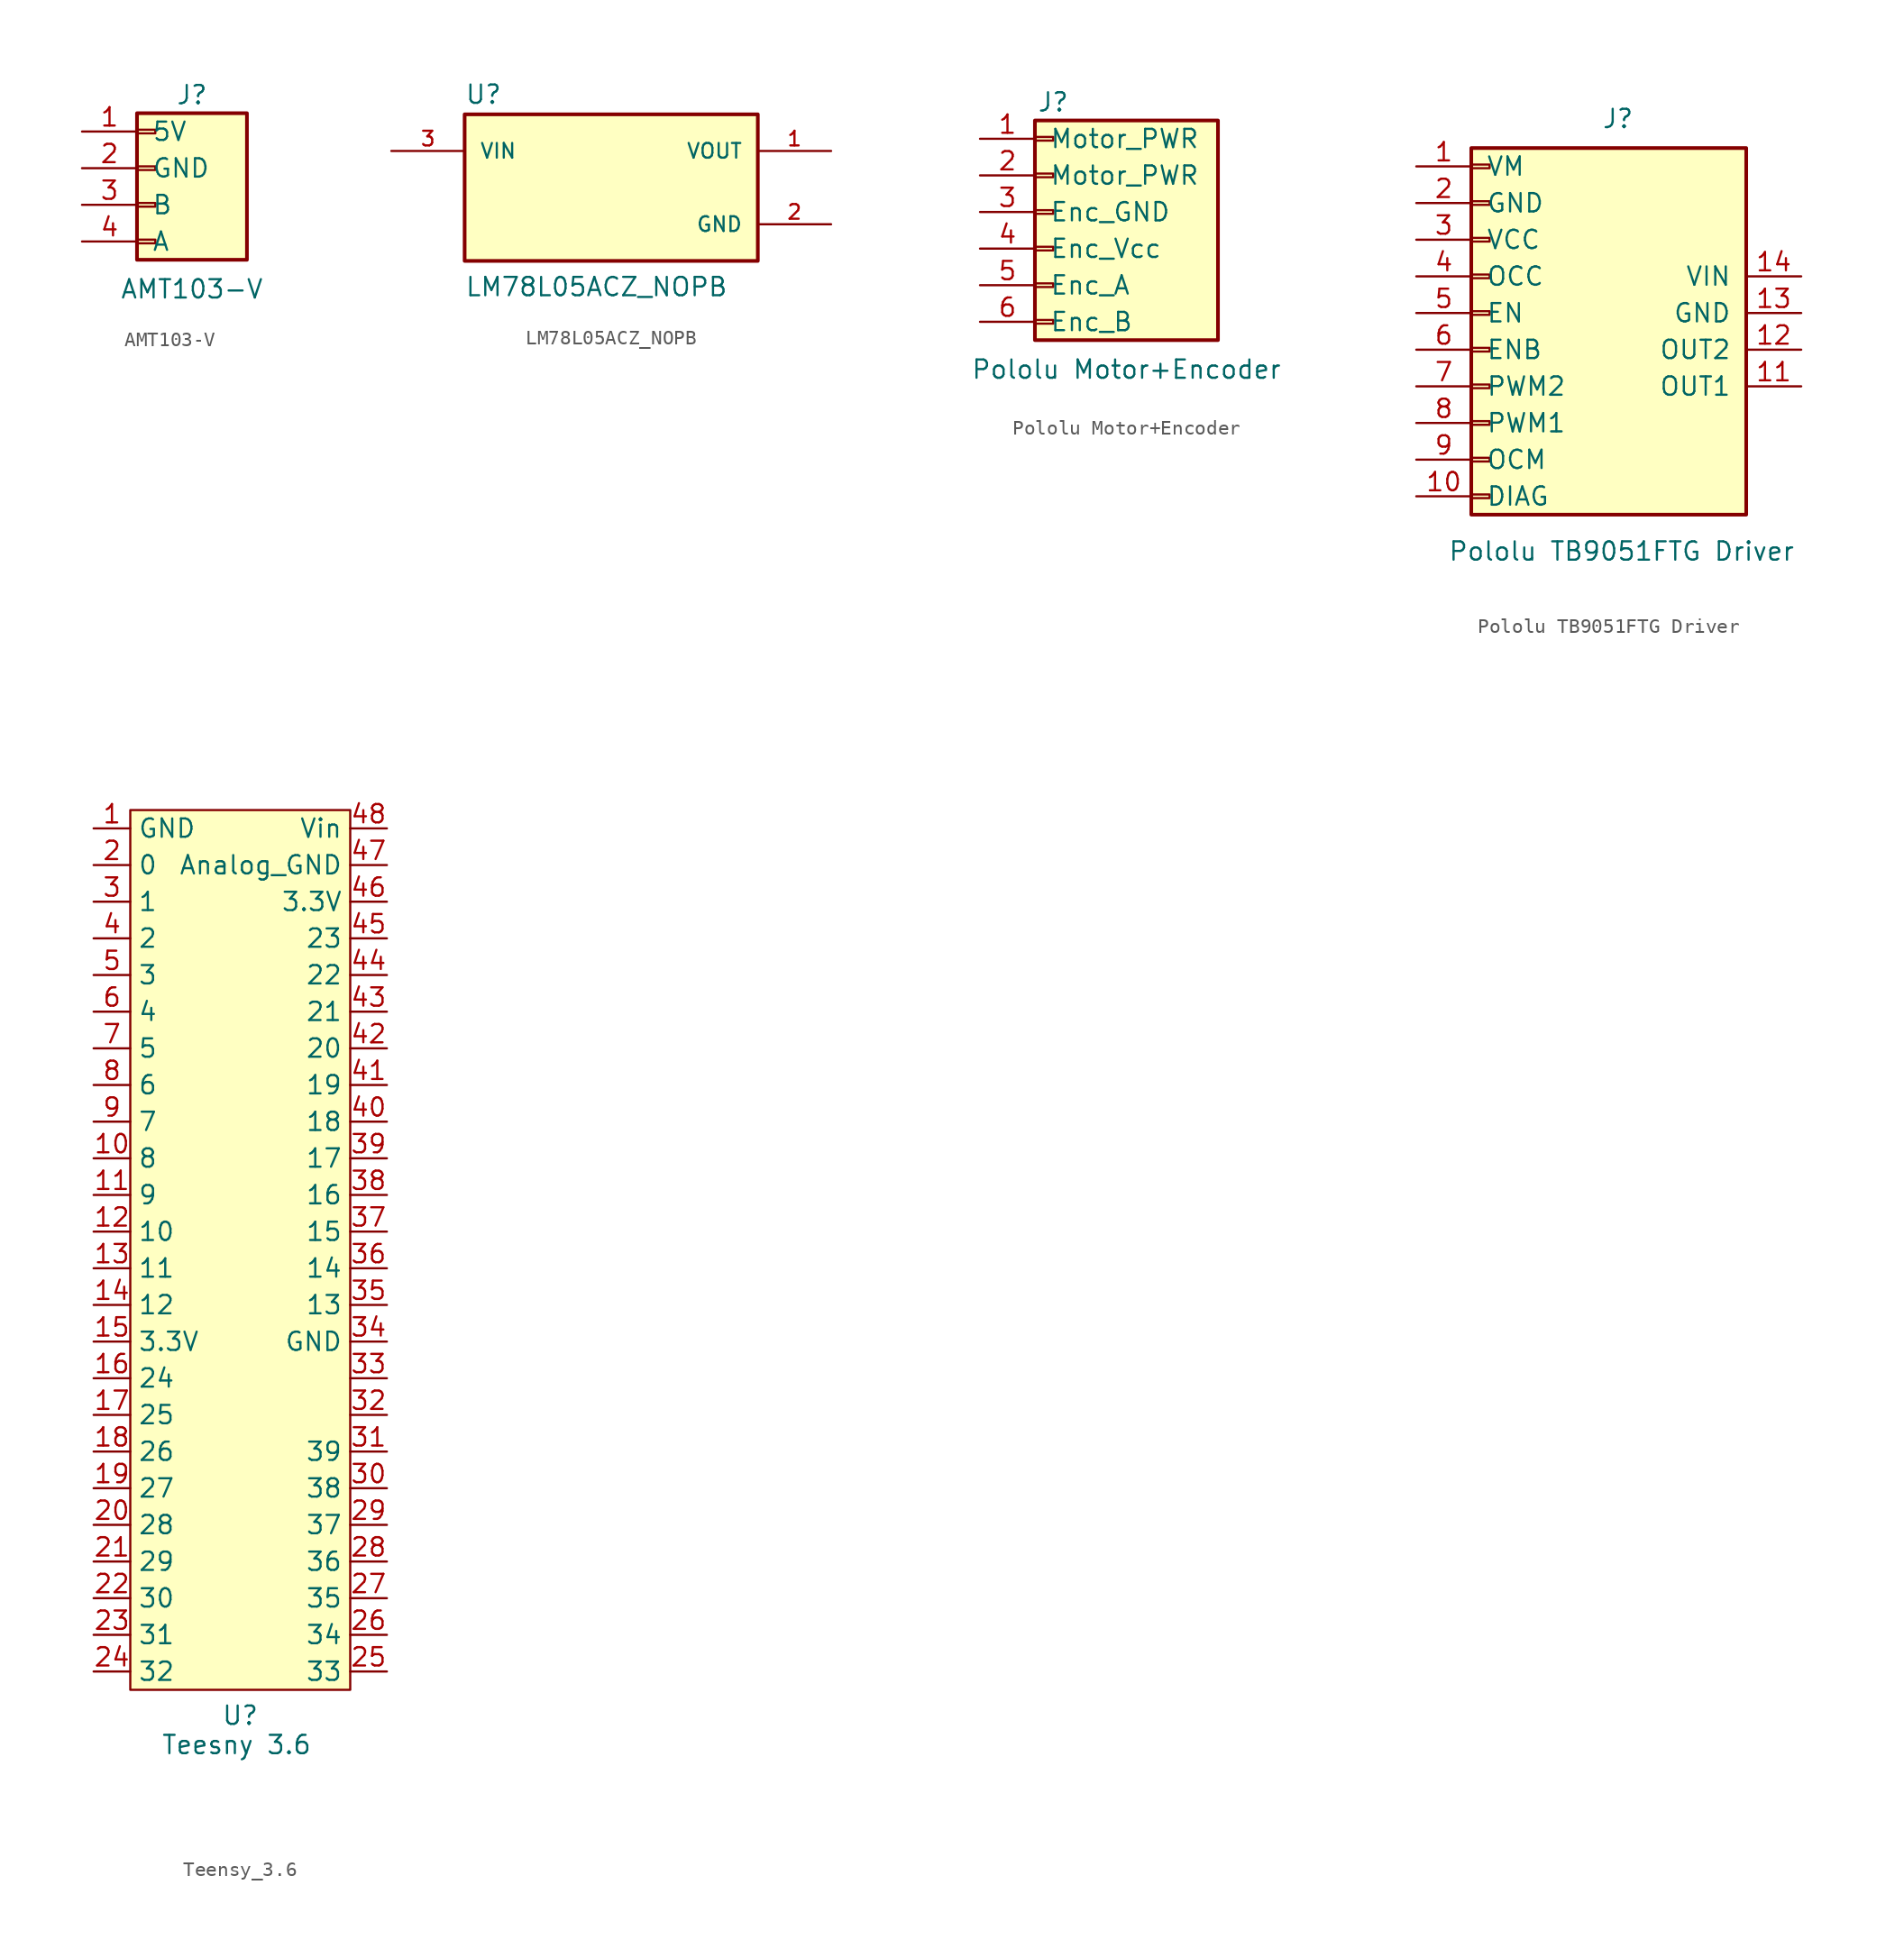
<source format=kicad_sym>
(kicad_symbol_lib
  (version 20241209)
  (generator "kicad_symbol_editor")
  (generator_version "9.0")
  (symbol "AMT103-V"
    (pin_names
      (offset 1.016))
    (property "Reference" "J"
      (at 0 6.35 0)
      (effects (font (size 1.27 1.27))))
    (property "Value" "AMT103-V"
      (at 0 -7.112 0)
      (effects (font (size 1.27 1.27))))
    (symbol "AMT103-V_1_1"
      (rectangle (start -3.81 5.08) (end 3.81 -5.08) (stroke (width 0.254) (type default)) (fill (type background)))
      (rectangle (start -3.81 3.937) (end -2.54 3.683) (stroke (width 0.152) (type default)) (fill (type none)))
      (rectangle (start -3.81 1.397) (end -2.54 1.143) (stroke (width 0.152) (type default)) (fill (type none)))
      (rectangle (start -3.81 -1.143) (end -2.54 -1.397) (stroke (width 0.152) (type default)) (fill (type none)))
      (rectangle (start -3.81 -3.683) (end -2.54 -3.937) (stroke (width 0.152) (type default)) (fill (type none)))
      (pin power_in line (at -7.62 3.81 0) (length 3.81) (name "5V" (effects (font (size 1.27 1.27)))) (number "1" (effects (font (size 1.27 1.27)))))
      (pin power_in line (at -7.62 1.27 0) (length 3.81) (name "GND" (effects (font (size 1.27 1.27)))) (number "2" (effects (font (size 1.27 1.27)))))
      (pin output line (at -7.62 -1.27 0) (length 3.81) (name "B" (effects (font (size 1.27 1.27)))) (number "3" (effects (font (size 1.27 1.27)))))
      (pin output line (at -7.62 -3.81 0) (length 3.81) (name "A" (effects (font (size 1.27 1.27)))) (number "4" (effects (font (size 1.27 1.27)))))))
  (symbol "LM78L05ACZ_NOPB"
    (pin_names
      (offset 1.016))
    (property "Reference" "U"
      (at -10.16 5.715 0)
      (effects (font (size 1.27 1.27)) (justify left bottom)))
    (property "Value" "LM78L05ACZ_NOPB"
      (at -10.16 -7.62 0)
      (effects (font (size 1.27 1.27)) (justify left bottom)))
    (symbol "LM78L05ACZ_NOPB_0_0"
      (rectangle (start -10.16 -5.08) (end 10.16 5.08) (stroke (width 0.254) (type default)) (fill (type background)))
      (pin input line (at -15.24 2.54 0) (length 5.08) (name "VIN" (effects (font (size 1.016 1.016)))) (number "3" (effects (font (size 1.016 1.016)))))
      (pin output line (at 15.24 2.54 180) (length 5.08) (name "VOUT" (effects (font (size 1.016 1.016)))) (number "1" (effects (font (size 1.016 1.016)))))
      (pin power_in line (at 15.24 -2.54 180) (length 5.08) (name "GND" (effects (font (size 1.016 1.016)))) (number "2" (effects (font (size 1.016 1.016)))))))
  (symbol "Pololu Motor+Encoder"
    (pin_names
      (offset 1.016))
    (property "Reference" "J"
      (at 0 7.62 0)
      (effects (font (size 1.27 1.27))))
    (property "Value" "Pololu Motor+Encoder"
      (at 5.08 -10.922 0)
      (effects (font (size 1.27 1.27))))
    (symbol "Pololu Motor+Encoder_1_1"
      (rectangle (start -1.27 6.35) (end 11.43 -8.89) (stroke (width 0.254) (type default)) (fill (type background)))
      (rectangle (start -1.27 5.207) (end 0 4.953) (stroke (width 0.152) (type default)) (fill (type none)))
      (rectangle (start -1.27 2.667) (end 0 2.413) (stroke (width 0.152) (type default)) (fill (type none)))
      (rectangle (start -1.27 0.127) (end 0 -0.127) (stroke (width 0.152) (type default)) (fill (type none)))
      (rectangle (start -1.27 -2.413) (end 0 -2.667) (stroke (width 0.152) (type default)) (fill (type none)))
      (rectangle (start -1.27 -4.953) (end 0 -5.207) (stroke (width 0.152) (type default)) (fill (type none)))
      (rectangle (start -1.27 -7.493) (end 0 -7.747) (stroke (width 0.152) (type default)) (fill (type none)))
      (pin power_in line (at -5.08 5.08 0) (length 3.81) (name "Motor_PWR" (effects (font (size 1.27 1.27)))) (number "1" (effects (font (size 1.27 1.27)))))
      (pin power_in line (at -5.08 2.54 0) (length 3.81) (name "Motor_PWR" (effects (font (size 1.27 1.27)))) (number "2" (effects (font (size 1.27 1.27)))))
      (pin power_in line (at -5.08 0 0) (length 3.81) (name "Enc_GND" (effects (font (size 1.27 1.27)))) (number "3" (effects (font (size 1.27 1.27)))))
      (pin power_in line (at -5.08 -2.54 0) (length 3.81) (name "Enc_Vcc" (effects (font (size 1.27 1.27)))) (number "4" (effects (font (size 1.27 1.27)))))
      (pin output line (at -5.08 -5.08 0) (length 3.81) (name "Enc_A" (effects (font (size 1.27 1.27)))) (number "5" (effects (font (size 1.27 1.27)))))
      (pin output line (at -5.08 -7.62 0) (length 3.81) (name "Enc_B" (effects (font (size 1.27 1.27)))) (number "6" (effects (font (size 1.27 1.27)))))))
  (symbol "Pololu TB9051FTG Driver"
    (pin_names
      (offset 1.016))
    (property "Reference" "J"
      (at 0 14.732 0)
      (effects (font (size 1.27 1.27))))
    (property "Value" "Pololu TB9051FTG Driver"
      (at 0.254 -15.24 0)
      (effects (font (size 1.27 1.27))))
    (symbol "Pololu TB9051FTG Driver_1_1"
      (rectangle (start -10.16 12.7) (end 8.89 -12.7) (stroke (width 0.254) (type default)) (fill (type background)))
      (rectangle (start -10.16 11.557) (end -8.89 11.303) (stroke (width 0.152) (type default)) (fill (type none)))
      (rectangle (start -10.16 9.017) (end -8.89 8.763) (stroke (width 0.152) (type default)) (fill (type none)))
      (rectangle (start -10.16 6.477) (end -8.89 6.223) (stroke (width 0.152) (type default)) (fill (type none)))
      (rectangle (start -10.16 3.937) (end -8.89 3.683) (stroke (width 0.152) (type default)) (fill (type none)))
      (rectangle (start -10.16 1.397) (end -8.89 1.143) (stroke (width 0.152) (type default)) (fill (type none)))
      (rectangle (start -10.16 -1.143) (end -8.89 -1.397) (stroke (width 0.152) (type default)) (fill (type none)))
      (rectangle (start -10.16 -3.683) (end -8.89 -3.937) (stroke (width 0.152) (type default)) (fill (type none)))
      (rectangle (start -10.16 -6.223) (end -8.89 -6.477) (stroke (width 0.152) (type default)) (fill (type none)))
      (rectangle (start -10.16 -8.763) (end -8.89 -9.017) (stroke (width 0.152) (type default)) (fill (type none)))
      (rectangle (start -10.16 -11.303) (end -8.89 -11.557) (stroke (width 0.152) (type default)) (fill (type none)))
      (pin output line (at -13.97 11.43 0) (length 3.81) (name "VM" (effects (font (size 1.27 1.27)))) (number "1" (effects (font (size 1.27 1.27)))))
      (pin power_in line (at -13.97 8.89 0) (length 3.81) (name "GND" (effects (font (size 1.27 1.27)))) (number "2" (effects (font (size 1.27 1.27)))))
      (pin power_in line (at -13.97 6.35 0) (length 3.81) (name "VCC" (effects (font (size 1.27 1.27)))) (number "3" (effects (font (size 1.27 1.27)))))
      (pin input line (at -13.97 3.81 0) (length 3.81) (name "OCC" (effects (font (size 1.27 1.27)))) (number "4" (effects (font (size 1.27 1.27)))))
      (pin input line (at -13.97 1.27 0) (length 3.81) (name "EN" (effects (font (size 1.27 1.27)))) (number "5" (effects (font (size 1.27 1.27)))))
      (pin input line (at -13.97 -1.27 0) (length 3.81) (name "ENB" (effects (font (size 1.27 1.27)))) (number "6" (effects (font (size 1.27 1.27)))))
      (pin input line (at -13.97 -3.81 0) (length 3.81) (name "PWM2" (effects (font (size 1.27 1.27)))) (number "7" (effects (font (size 1.27 1.27)))))
      (pin input line (at -13.97 -6.35 0) (length 3.81) (name "PWM1" (effects (font (size 1.27 1.27)))) (number "8" (effects (font (size 1.27 1.27)))))
      (pin output line (at -13.97 -8.89 0) (length 3.81) (name "OCM" (effects (font (size 1.27 1.27)))) (number "9" (effects (font (size 1.27 1.27)))))
      (pin output line (at -13.97 -11.43 0) (length 3.81) (name "DIAG" (effects (font (size 1.27 1.27)))) (number "10" (effects (font (size 1.27 1.27)))))
      (pin power_in line (at 12.7 3.81 180) (length 3.81) (name "VIN" (effects (font (size 1.27 1.27)))) (number "14" (effects (font (size 1.27 1.27)))))
      (pin power_in line (at 12.7 1.27 180) (length 3.81) (name "GND" (effects (font (size 1.27 1.27)))) (number "13" (effects (font (size 1.27 1.27)))))
      (pin power_out line (at 12.7 -1.27 180) (length 3.81) (name "OUT2" (effects (font (size 1.27 1.27)))) (number "12" (effects (font (size 1.27 1.27)))))
      (pin power_out line (at 12.7 -3.81 180) (length 3.81) (name "OUT1" (effects (font (size 1.27 1.27)))) (number "11" (effects (font (size 1.27 1.27)))))))
  (symbol "Teensy_3.6"
    (property "Reference" "U"
      (at 0 -41.148 0)
      (effects (font (size 1.27 1.27))))
    (property "Value" "Teesny 3.6"
      (at -0.254 -43.18 0)
      (effects (font (size 1.27 1.27))))
    (symbol "Teensy_3.6_0_1"
      (rectangle (start -7.62 21.59) (end 7.62 -39.37) (stroke (width 0) (type default)) (fill (type color) (color 255 255 194 1))))
    (symbol "Teensy_3.6_1_1"
      (pin power_in line (at -10.16 20.32 0) (length 2.54) (name "GND" (effects (font (size 1.27 1.27)))) (number "1" (effects (font (size 1.27 1.27)))))
      (pin bidirectional line (at -10.16 17.78 0) (length 2.54) (name "0" (effects (font (size 1.27 1.27)))) (number "2" (effects (font (size 1.27 1.27)))))
      (pin bidirectional line (at -10.16 15.24 0) (length 2.54) (name "1" (effects (font (size 1.27 1.27)))) (number "3" (effects (font (size 1.27 1.27)))))
      (pin bidirectional line (at -10.16 12.7 0) (length 2.54) (name "2" (effects (font (size 1.27 1.27)))) (number "4" (effects (font (size 1.27 1.27)))))
      (pin bidirectional line (at -10.16 10.16 0) (length 2.54) (name "3" (effects (font (size 1.27 1.27)))) (number "5" (effects (font (size 1.27 1.27)))))
      (pin bidirectional line (at -10.16 7.62 0) (length 2.54) (name "4" (effects (font (size 1.27 1.27)))) (number "6" (effects (font (size 1.27 1.27)))))
      (pin bidirectional line (at -10.16 5.08 0) (length 2.54) (name "5" (effects (font (size 1.27 1.27)))) (number "7" (effects (font (size 1.27 1.27)))))
      (pin bidirectional line (at -10.16 2.54 0) (length 2.54) (name "6" (effects (font (size 1.27 1.27)))) (number "8" (effects (font (size 1.27 1.27)))))
      (pin bidirectional line (at -10.16 0 0) (length 2.54) (name "7" (effects (font (size 1.27 1.27)))) (number "9" (effects (font (size 1.27 1.27)))))
      (pin bidirectional line (at -10.16 -2.54 0) (length 2.54) (name "8" (effects (font (size 1.27 1.27)))) (number "10" (effects (font (size 1.27 1.27)))))
      (pin bidirectional line (at -10.16 -5.08 0) (length 2.54) (name "9" (effects (font (size 1.27 1.27)))) (number "11" (effects (font (size 1.27 1.27)))))
      (pin bidirectional line (at -10.16 -7.62 0) (length 2.54) (name "10" (effects (font (size 1.27 1.27)))) (number "12" (effects (font (size 1.27 1.27)))))
      (pin bidirectional line (at -10.16 -10.16 0) (length 2.54) (name "11" (effects (font (size 1.27 1.27)))) (number "13" (effects (font (size 1.27 1.27)))))
      (pin bidirectional line (at -10.16 -12.7 0) (length 2.54) (name "12" (effects (font (size 1.27 1.27)))) (number "14" (effects (font (size 1.27 1.27)))))
      (pin power_out line (at -10.16 -15.24 0) (length 2.54) (name "3.3V" (effects (font (size 1.27 1.27)))) (number "15" (effects (font (size 1.27 1.27)))))
      (pin bidirectional line (at -10.16 -17.78 0) (length 2.54) (name "24" (effects (font (size 1.27 1.27)))) (number "16" (effects (font (size 1.27 1.27)))))
      (pin bidirectional line (at -10.16 -20.32 0) (length 2.54) (name "25" (effects (font (size 1.27 1.27)))) (number "17" (effects (font (size 1.27 1.27)))))
      (pin bidirectional line (at -10.16 -22.86 0) (length 2.54) (name "26" (effects (font (size 1.27 1.27)))) (number "18" (effects (font (size 1.27 1.27)))))
      (pin bidirectional line (at -10.16 -25.4 0) (length 2.54) (name "27" (effects (font (size 1.27 1.27)))) (number "19" (effects (font (size 1.27 1.27)))))
      (pin bidirectional line (at -10.16 -27.94 0) (length 2.54) (name "28" (effects (font (size 1.27 1.27)))) (number "20" (effects (font (size 1.27 1.27)))))
      (pin bidirectional line (at -10.16 -30.48 0) (length 2.54) (name "29" (effects (font (size 1.27 1.27)))) (number "21" (effects (font (size 1.27 1.27)))))
      (pin bidirectional line (at -10.16 -33.02 0) (length 2.54) (name "30" (effects (font (size 1.27 1.27)))) (number "22" (effects (font (size 1.27 1.27)))))
      (pin bidirectional line (at -10.16 -35.56 0) (length 2.54) (name "31" (effects (font (size 1.27 1.27)))) (number "23" (effects (font (size 1.27 1.27)))))
      (pin bidirectional line (at -10.16 -38.1 0) (length 2.54) (name "32" (effects (font (size 1.27 1.27)))) (number "24" (effects (font (size 1.27 1.27)))))
      (pin power_in line (at 10.16 20.32 180) (length 2.54) (name "Vin" (effects (font (size 1.27 1.27)))) (number "48" (effects (font (size 1.27 1.27)))))
      (pin power_out line (at 10.16 17.78 180) (length 2.54) (name "Analog_GND" (effects (font (size 1.27 1.27)))) (number "47" (effects (font (size 1.27 1.27)))))
      (pin power_out line (at 10.16 15.24 180) (length 2.54) (name "3.3V" (effects (font (size 1.27 1.27)))) (number "46" (effects (font (size 1.27 1.27)))))
      (pin bidirectional line (at 10.16 12.7 180) (length 2.54) (name "23" (effects (font (size 1.27 1.27)))) (number "45" (effects (font (size 1.27 1.27)))))
      (pin bidirectional line (at 10.16 10.16 180) (length 2.54) (name "22" (effects (font (size 1.27 1.27)))) (number "44" (effects (font (size 1.27 1.27)))))
      (pin bidirectional line (at 10.16 7.62 180) (length 2.54) (name "21" (effects (font (size 1.27 1.27)))) (number "43" (effects (font (size 1.27 1.27)))))
      (pin bidirectional line (at 10.16 5.08 180) (length 2.54) (name "20" (effects (font (size 1.27 1.27)))) (number "42" (effects (font (size 1.27 1.27)))))
      (pin bidirectional line (at 10.16 2.54 180) (length 2.54) (name "19" (effects (font (size 1.27 1.27)))) (number "41" (effects (font (size 1.27 1.27)))))
      (pin bidirectional line (at 10.16 0 180) (length 2.54) (name "18" (effects (font (size 1.27 1.27)))) (number "40" (effects (font (size 1.27 1.27)))))
      (pin bidirectional line (at 10.16 -2.54 180) (length 2.54) (name "17" (effects (font (size 1.27 1.27)))) (number "39" (effects (font (size 1.27 1.27)))))
      (pin bidirectional line (at 10.16 -5.08 180) (length 2.54) (name "16" (effects (font (size 1.27 1.27)))) (number "38" (effects (font (size 1.27 1.27)))))
      (pin bidirectional line (at 10.16 -7.62 180) (length 2.54) (name "15" (effects (font (size 1.27 1.27)))) (number "37" (effects (font (size 1.27 1.27)))))
      (pin bidirectional line (at 10.16 -10.16 180) (length 2.54) (name "14" (effects (font (size 1.27 1.27)))) (number "36" (effects (font (size 1.27 1.27)))))
      (pin bidirectional line (at 10.16 -12.7 180) (length 2.54) (name "13" (effects (font (size 1.27 1.27)))) (number "35" (effects (font (size 1.27 1.27)))))
      (pin power_in line (at 10.16 -15.24 180) (length 2.54) (name "GND" (effects (font (size 1.27 1.27)))) (number "34" (effects (font (size 1.27 1.27)))))
      (pin bidirectional line (at 10.16 -17.78 180) (length 2.54) (name "" (effects (font (size 1.27 1.27)))) (number "33" (effects (font (size 1.27 1.27)))))
      (pin bidirectional line (at 10.16 -20.32 180) (length 2.54) (name "" (effects (font (size 1.27 1.27)))) (number "32" (effects (font (size 1.27 1.27)))))
      (pin bidirectional line (at 10.16 -22.86 180) (length 2.54) (name "39" (effects (font (size 1.27 1.27)))) (number "31" (effects (font (size 1.27 1.27)))))
      (pin bidirectional line (at 10.16 -25.4 180) (length 2.54) (name "38" (effects (font (size 1.27 1.27)))) (number "30" (effects (font (size 1.27 1.27)))))
      (pin bidirectional line (at 10.16 -27.94 180) (length 2.54) (name "37" (effects (font (size 1.27 1.27)))) (number "29" (effects (font (size 1.27 1.27)))))
      (pin bidirectional line (at 10.16 -30.48 180) (length 2.54) (name "36" (effects (font (size 1.27 1.27)))) (number "28" (effects (font (size 1.27 1.27)))))
      (pin bidirectional line (at 10.16 -33.02 180) (length 2.54) (name "35" (effects (font (size 1.27 1.27)))) (number "27" (effects (font (size 1.27 1.27)))))
      (pin bidirectional line (at 10.16 -35.56 180) (length 2.54) (name "34" (effects (font (size 1.27 1.27)))) (number "26" (effects (font (size 1.27 1.27)))))
      (pin bidirectional line (at 10.16 -38.1 180) (length 2.54) (name "33" (effects (font (size 1.27 1.27)))) (number "25" (effects (font (size 1.27 1.27))))))))
</source>
